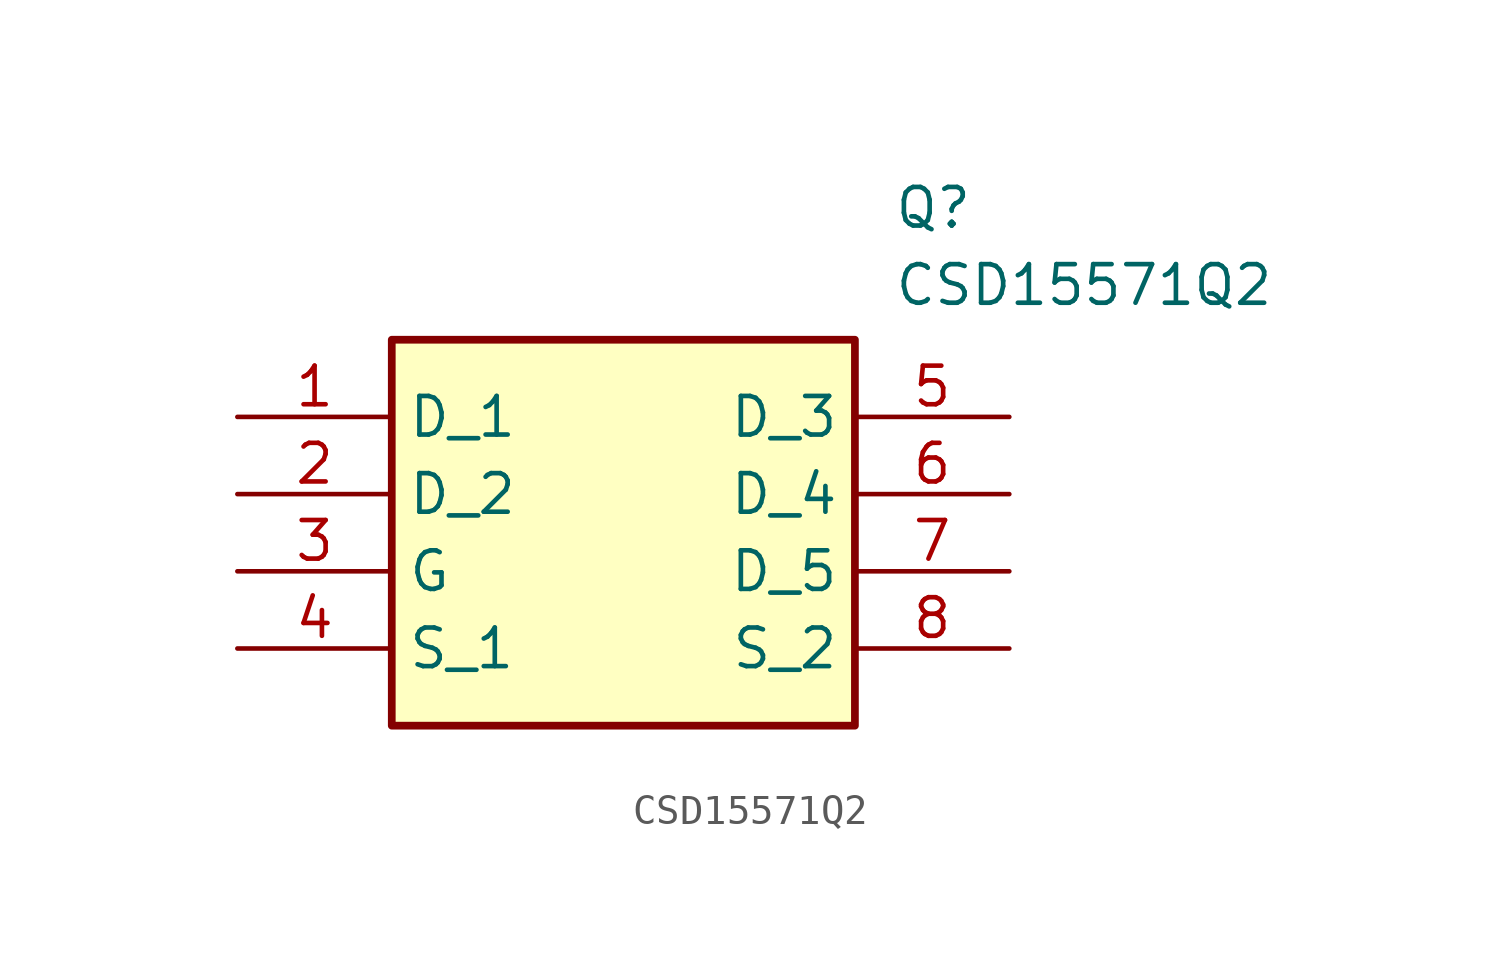
<source format=kicad_sym>
(kicad_symbol_lib
  (version 20220914)
  (generator SamacSys_ECAD_Model)
  (symbol "CSD15571Q2"
    (property "Reference" "Q"
      (at 21.59 7.62 0)
      (effects (font (size 1.27 1.27)) (justify left top)))
    (property "Value" "CSD15571Q2"
      (at 21.59 5.08 0)
      (effects (font (size 1.27 1.27)) (justify left top)))
    (rectangle
      (start 5.08 2.54)
      (end 20.32 -10.16)
      (stroke (width 0.254) (type default))
      (fill (type background)))
    (pin passive line
      (at 0 0 0)
      (length 5.08)
      (name "D_1" (effects (font (size 1.27 1.27))))
      (number "1" (effects (font (size 1.27 1.27)))))
    (pin passive line
      (at 0 -2.54 0)
      (length 5.08)
      (name "D_2" (effects (font (size 1.27 1.27))))
      (number "2" (effects (font (size 1.27 1.27)))))
    (pin passive line
      (at 0 -5.08 0)
      (length 5.08)
      (name "G" (effects (font (size 1.27 1.27))))
      (number "3" (effects (font (size 1.27 1.27)))))
    (pin passive line
      (at 0 -7.62 0)
      (length 5.08)
      (name "S_1" (effects (font (size 1.27 1.27))))
      (number "4" (effects (font (size 1.27 1.27)))))
    (pin passive line
      (at 25.4 0 180)
      (length 5.08)
      (name "D_3" (effects (font (size 1.27 1.27))))
      (number "5" (effects (font (size 1.27 1.27)))))
    (pin passive line
      (at 25.4 -2.54 180)
      (length 5.08)
      (name "D_4" (effects (font (size 1.27 1.27))))
      (number "6" (effects (font (size 1.27 1.27)))))
    (pin passive line
      (at 25.4 -5.08 180)
      (length 5.08)
      (name "D_5" (effects (font (size 1.27 1.27))))
      (number "7" (effects (font (size 1.27 1.27)))))
    (pin passive line
      (at 25.4 -7.62 180)
      (length 5.08)
      (name "S_2" (effects (font (size 1.27 1.27))))
      (number "8" (effects (font (size 1.27 1.27)))))))
</source>
